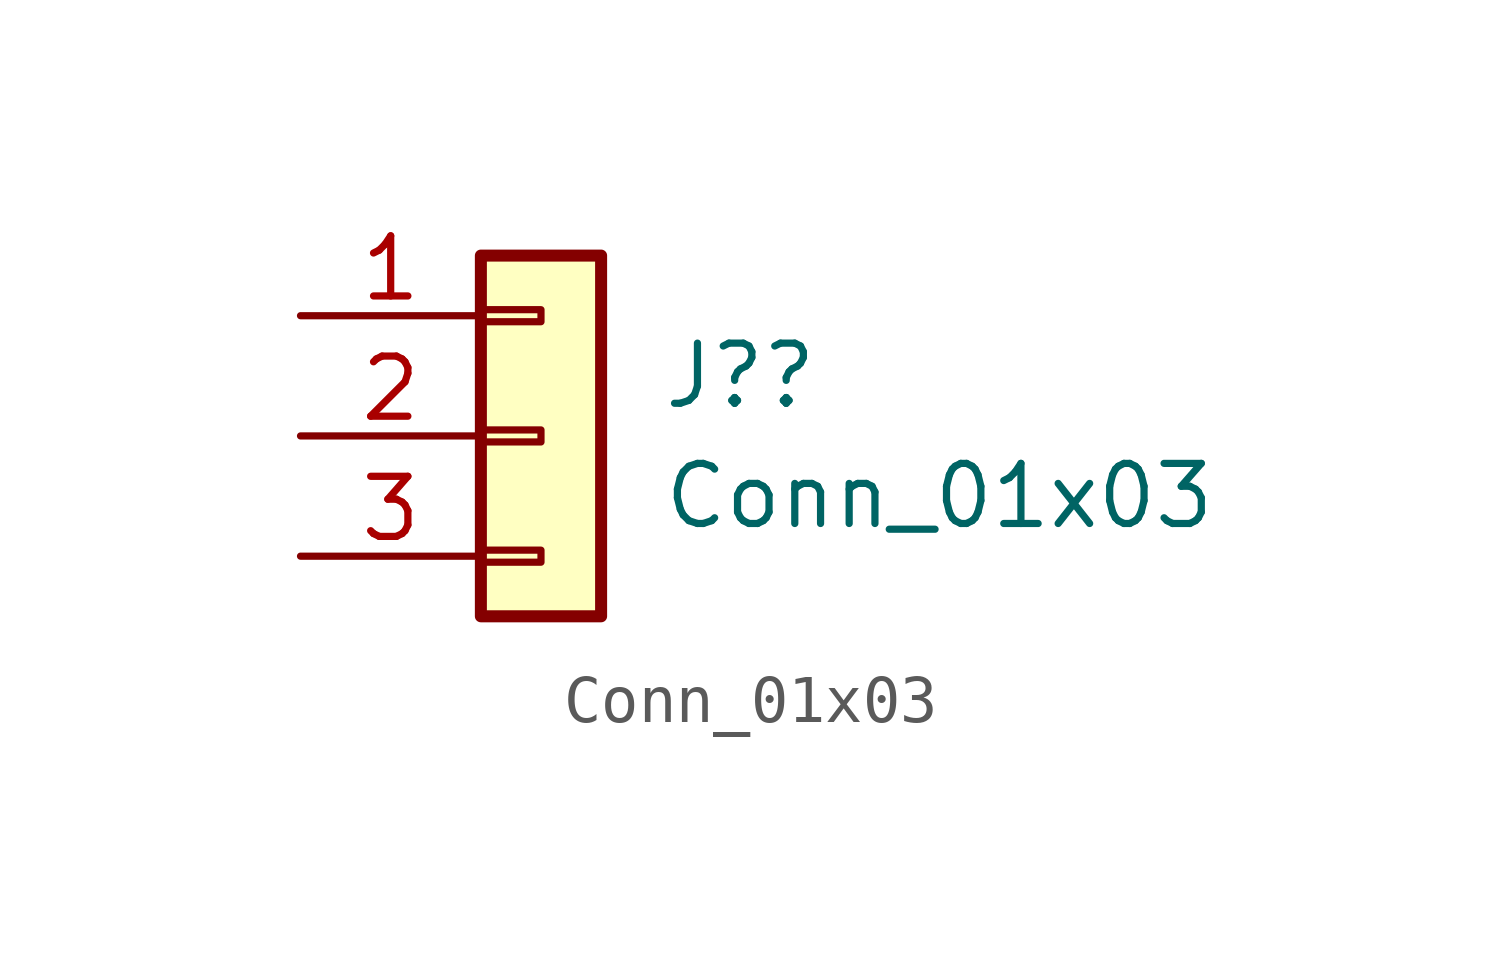
<source format=kicad_sym>
(kicad_symbol_lib
  (version 20211014)
  (generator kicad_symbol_editor)
  (symbol "Conn_01x03"
    (pin_names
      (offset 1.016) hide)
    (property "Reference" "J?"
      (at 2.54 1.27 0)
      (effects (font (size 1.27 1.27)) (justify left)))
    (property "Value" "Conn_01x03"
      (at 2.54 -1.27 0)
      (effects (font (size 1.27 1.27)) (justify left)))
    (symbol "Conn_01x03_1_1"
      (rectangle (start -1.27 -2.413) (end 0 -2.667) (stroke (width 0.152) (type default) (color 0 0 0 0)) (fill (type none)))
      (rectangle (start -1.27 0.127) (end 0 -0.127) (stroke (width 0.152) (type default) (color 0 0 0 0)) (fill (type none)))
      (rectangle (start -1.27 2.667) (end 0 2.413) (stroke (width 0.152) (type default) (color 0 0 0 0)) (fill (type none)))
      (rectangle (start -1.27 3.81) (end 1.27 -3.81) (stroke (width 0.254) (type default) (color 0 0 0 0)) (fill (type background)))
      (pin passive line (at -5.08 2.54 0) (length 3.81) (name "Pin_1" (effects (font (size 1.27 1.27)))) (number "1" (effects (font (size 1.27 1.27)))))
      (pin passive line (at -5.08 0 0) (length 3.81) (name "Pin_2" (effects (font (size 1.27 1.27)))) (number "2" (effects (font (size 1.27 1.27)))))
      (pin passive line (at -5.08 -2.54 0) (length 3.81) (name "Pin_3" (effects (font (size 1.27 1.27)))) (number "3" (effects (font (size 1.27 1.27))))))))
</source>
